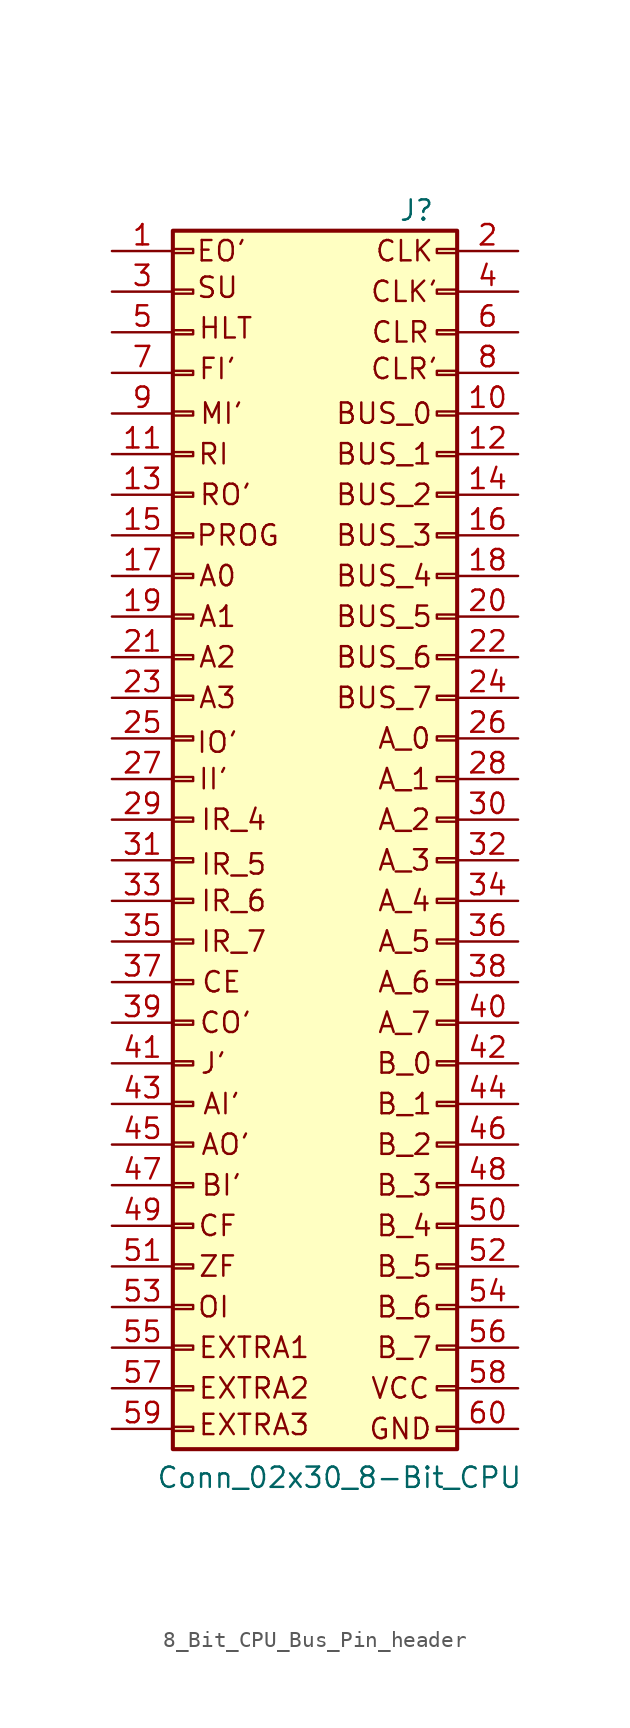
<source format=kicad_sym>
(kicad_symbol_lib
  (version 20231120)
  (generator "kicad_symbol_editor")
  (generator_version "8.0")
  (symbol "8_Bit_CPU_Bus_Pin_header"
    (pin_names
      (offset 1.016) hide)
    (property "Reference" "J"
      (at 7.62 38.1 0)
      (effects (font (size 1.27 1.27))))
    (property "Value" "Conn_02x30_8-Bit_CPU "
      (at 2.794 -41.148 0)
      (effects (font (size 1.27 1.27))))
    (symbol "8_Bit_CPU_Bus_Pin_header_1_1"
      (rectangle (start -7.62 -37.973) (end -6.35 -38.227) (stroke (width 0.152) (type default)) (fill (type none)))
      (rectangle (start -7.62 -35.433) (end -6.35 -35.687) (stroke (width 0.152) (type default)) (fill (type none)))
      (rectangle (start -7.62 -32.893) (end -6.35 -33.147) (stroke (width 0.152) (type default)) (fill (type none)))
      (rectangle (start -7.62 -30.353) (end -6.35 -30.607) (stroke (width 0.152) (type default)) (fill (type none)))
      (rectangle (start -7.62 -27.813) (end -6.35 -28.067) (stroke (width 0.152) (type default)) (fill (type none)))
      (rectangle (start -7.62 -25.273) (end -6.35 -25.527) (stroke (width 0.152) (type default)) (fill (type none)))
      (rectangle (start -7.62 -22.733) (end -6.35 -22.987) (stroke (width 0.152) (type default)) (fill (type none)))
      (rectangle (start -7.62 -20.193) (end -6.35 -20.447) (stroke (width 0.152) (type default)) (fill (type none)))
      (rectangle (start -7.62 -17.653) (end -6.35 -17.907) (stroke (width 0.152) (type default)) (fill (type none)))
      (rectangle (start -7.62 -15.113) (end -6.35 -15.367) (stroke (width 0.152) (type default)) (fill (type none)))
      (rectangle (start -7.62 -12.573) (end -6.35 -12.827) (stroke (width 0.152) (type default)) (fill (type none)))
      (rectangle (start -7.62 -10.033) (end -6.35 -10.287) (stroke (width 0.152) (type default)) (fill (type none)))
      (rectangle (start -7.62 -7.493) (end -6.35 -7.747) (stroke (width 0.152) (type default)) (fill (type none)))
      (rectangle (start -7.62 -4.953) (end -6.35 -5.207) (stroke (width 0.152) (type default)) (fill (type none)))
      (rectangle (start -7.62 -2.413) (end -6.35 -2.667) (stroke (width 0.152) (type default)) (fill (type none)))
      (rectangle (start -7.62 0.127) (end -6.35 -0.127) (stroke (width 0.152) (type default)) (fill (type none)))
      (rectangle (start -7.62 2.667) (end -6.35 2.413) (stroke (width 0.152) (type default)) (fill (type none)))
      (rectangle (start -7.62 5.207) (end -6.35 4.953) (stroke (width 0.152) (type default)) (fill (type none)))
      (rectangle (start -7.62 7.747) (end -6.35 7.493) (stroke (width 0.152) (type default)) (fill (type none)))
      (rectangle (start -7.62 10.287) (end -6.35 10.033) (stroke (width 0.152) (type default)) (fill (type none)))
      (rectangle (start -7.62 12.827) (end -6.35 12.573) (stroke (width 0.152) (type default)) (fill (type none)))
      (rectangle (start -7.62 15.367) (end -6.35 15.113) (stroke (width 0.152) (type default)) (fill (type none)))
      (rectangle (start -7.62 17.907) (end -6.35 17.653) (stroke (width 0.152) (type default)) (fill (type none)))
      (rectangle (start -7.62 20.447) (end -6.35 20.193) (stroke (width 0.152) (type default)) (fill (type none)))
      (rectangle (start -7.62 22.987) (end -6.35 22.733) (stroke (width 0.152) (type default)) (fill (type none)))
      (rectangle (start -7.62 25.527) (end -6.35 25.273) (stroke (width 0.152) (type default)) (fill (type none)))
      (rectangle (start -7.62 28.067) (end -6.35 27.813) (stroke (width 0.152) (type default)) (fill (type none)))
      (rectangle (start -7.62 30.607) (end -6.35 30.353) (stroke (width 0.152) (type default)) (fill (type none)))
      (rectangle (start -7.62 33.147) (end -6.35 32.893) (stroke (width 0.152) (type default)) (fill (type none)))
      (rectangle (start -7.62 35.687) (end -6.35 35.433) (stroke (width 0.152) (type default)) (fill (type none)))
      (rectangle (start -7.62 36.83) (end 10.16 -39.37) (stroke (width 0.254) (type default)) (fill (type background)))
      (rectangle (start 10.16 -37.973) (end 8.89 -38.227) (stroke (width 0.152) (type default)) (fill (type none)))
      (rectangle (start 10.16 -35.433) (end 8.89 -35.687) (stroke (width 0.152) (type default)) (fill (type none)))
      (rectangle (start 10.16 -32.893) (end 8.89 -33.147) (stroke (width 0.152) (type default)) (fill (type none)))
      (rectangle (start 10.16 -30.353) (end 8.89 -30.607) (stroke (width 0.152) (type default)) (fill (type none)))
      (rectangle (start 10.16 -27.813) (end 8.89 -28.067) (stroke (width 0.152) (type default)) (fill (type none)))
      (rectangle (start 10.16 -25.273) (end 8.89 -25.527) (stroke (width 0.152) (type default)) (fill (type none)))
      (rectangle (start 10.16 -22.733) (end 8.89 -22.987) (stroke (width 0.152) (type default)) (fill (type none)))
      (rectangle (start 10.16 -20.193) (end 8.89 -20.447) (stroke (width 0.152) (type default)) (fill (type none)))
      (rectangle (start 10.16 -17.653) (end 8.89 -17.907) (stroke (width 0.152) (type default)) (fill (type none)))
      (rectangle (start 10.16 -15.113) (end 8.89 -15.367) (stroke (width 0.152) (type default)) (fill (type none)))
      (rectangle (start 10.16 -12.573) (end 8.89 -12.827) (stroke (width 0.152) (type default)) (fill (type none)))
      (rectangle (start 10.16 -10.033) (end 8.89 -10.287) (stroke (width 0.152) (type default)) (fill (type none)))
      (rectangle (start 10.16 -7.493) (end 8.89 -7.747) (stroke (width 0.152) (type default)) (fill (type none)))
      (rectangle (start 10.16 -4.953) (end 8.89 -5.207) (stroke (width 0.152) (type default)) (fill (type none)))
      (rectangle (start 10.16 -2.413) (end 8.89 -2.667) (stroke (width 0.152) (type default)) (fill (type none)))
      (rectangle (start 10.16 0.127) (end 8.89 -0.127) (stroke (width 0.152) (type default)) (fill (type none)))
      (rectangle (start 10.16 2.667) (end 8.89 2.413) (stroke (width 0.152) (type default)) (fill (type none)))
      (rectangle (start 10.16 5.207) (end 8.89 4.953) (stroke (width 0.152) (type default)) (fill (type none)))
      (rectangle (start 10.16 7.747) (end 8.89 7.493) (stroke (width 0.152) (type default)) (fill (type none)))
      (rectangle (start 10.16 10.287) (end 8.89 10.033) (stroke (width 0.152) (type default)) (fill (type none)))
      (rectangle (start 10.16 12.827) (end 8.89 12.573) (stroke (width 0.152) (type default)) (fill (type none)))
      (rectangle (start 10.16 15.367) (end 8.89 15.113) (stroke (width 0.152) (type default)) (fill (type none)))
      (rectangle (start 10.16 17.907) (end 8.89 17.653) (stroke (width 0.152) (type default)) (fill (type none)))
      (rectangle (start 10.16 20.447) (end 8.89 20.193) (stroke (width 0.152) (type default)) (fill (type none)))
      (rectangle (start 10.16 22.987) (end 8.89 22.733) (stroke (width 0.152) (type default)) (fill (type none)))
      (rectangle (start 10.16 25.527) (end 8.89 25.273) (stroke (width 0.152) (type default)) (fill (type none)))
      (rectangle (start 10.16 28.067) (end 8.89 27.813) (stroke (width 0.152) (type default)) (fill (type none)))
      (rectangle (start 10.16 30.607) (end 8.89 30.353) (stroke (width 0.152) (type default)) (fill (type none)))
      (rectangle (start 10.16 33.147) (end 8.89 32.893) (stroke (width 0.152) (type default)) (fill (type none)))
      (rectangle (start 10.16 35.687) (end 8.89 35.433) (stroke (width 0.152) (type default)) (fill (type none)))
      (text "A0" (at -4.826 15.24 0) (effects (font (size 1.27 1.27))))
      (text "A1" (at -4.826 12.7 0) (effects (font (size 1.27 1.27))))
      (text "A2" (at -4.826 10.16 0) (effects (font (size 1.27 1.27))))
      (text "A3" (at -4.826 7.62 0) (effects (font (size 1.27 1.27))))
      (text "A_0" (at 6.858 5.08 0) (effects (font (size 1.27 1.27))))
      (text "A_1" (at 6.858 2.54 0) (effects (font (size 1.27 1.27))))
      (text "A_2" (at 6.858 0 0) (effects (font (size 1.27 1.27))))
      (text "A_3" (at 6.858 -2.54 0) (effects (font (size 1.27 1.27))))
      (text "A_4" (at 6.858 -5.08 0) (effects (font (size 1.27 1.27))))
      (text "A_5" (at 6.858 -7.62 0) (effects (font (size 1.27 1.27))))
      (text "A_6" (at 6.858 -10.16 0) (effects (font (size 1.27 1.27))))
      (text "A_7" (at 6.858 -12.7 0) (effects (font (size 1.27 1.27))))
      (text "AI'" (at -4.572 -17.78 0) (effects (font (size 1.27 1.27))))
      (text "AO'" (at -4.318 -20.32 0) (effects (font (size 1.27 1.27))))
      (text "B_0" (at 6.858 -15.24 0) (effects (font (size 1.27 1.27))))
      (text "B_1" (at 6.858 -17.78 0) (effects (font (size 1.27 1.27))))
      (text "B_2" (at 6.858 -20.32 0) (effects (font (size 1.27 1.27))))
      (text "B_3" (at 6.858 -22.86 0) (effects (font (size 1.27 1.27))))
      (text "B_4" (at 6.858 -25.4 0) (effects (font (size 1.27 1.27))))
      (text "B_5" (at 6.858 -27.94 0) (effects (font (size 1.27 1.27))))
      (text "B_6" (at 6.858 -30.48 0) (effects (font (size 1.27 1.27))))
      (text "B_7" (at 6.858 -33.02 0) (effects (font (size 1.27 1.27))))
      (text "BI'" (at -4.572 -22.86 0) (effects (font (size 1.27 1.27))))
      (text "BUS_0" (at 5.588 25.4 0) (effects (font (size 1.27 1.27))))
      (text "BUS_1" (at 5.588 22.86 0) (effects (font (size 1.27 1.27))))
      (text "BUS_2" (at 5.588 20.32 0) (effects (font (size 1.27 1.27))))
      (text "BUS_3" (at 5.588 17.78 0) (effects (font (size 1.27 1.27))))
      (text "BUS_4" (at 5.588 15.24 0) (effects (font (size 1.27 1.27))))
      (text "BUS_5" (at 5.588 12.7 0) (effects (font (size 1.27 1.27))))
      (text "BUS_6" (at 5.588 10.16 0) (effects (font (size 1.27 1.27))))
      (text "BUS_7" (at 5.588 7.62 0) (effects (font (size 1.27 1.27))))
      (text "CE" (at -4.572 -10.16 0) (effects (font (size 1.27 1.27))))
      (text "CF" (at -4.826 -25.4 0) (effects (font (size 1.27 1.27))))
      (text "CLK" (at 6.858 35.56 0) (effects (font (size 1.27 1.27))))
      (text "CLK'" (at 6.858 33.02 0) (effects (font (size 1.27 1.27))))
      (text "CLR" (at 6.604 30.48 0) (effects (font (size 1.27 1.27))))
      (text "CLR'" (at 6.858 28.194 0) (effects (font (size 1.27 1.27))))
      (text "CO'" (at -4.318 -12.7 0) (effects (font (size 1.27 1.27))))
      (text "EO'" (at -4.572 35.56 0) (effects (font (size 1.27 1.27))))
      (text "EXTRA1" (at -2.54 -33.02 0) (effects (font (size 1.27 1.27))))
      (text "EXTRA2" (at -2.54 -35.56 0) (effects (font (size 1.27 1.27))))
      (text "EXTRA3" (at -2.54 -37.846 0) (effects (font (size 1.27 1.27))))
      (text "FI'" (at -4.826 28.194 0) (effects (font (size 1.27 1.27))))
      (text "GND" (at 6.604 -38.1 0) (effects (font (size 1.27 1.27))))
      (text "HLT" (at -4.318 30.734 0) (effects (font (size 1.27 1.27))))
      (text "II'" (at -5.08 2.54 0) (effects (font (size 1.27 1.27))))
      (text "IO'" (at -4.826 4.826 0) (effects (font (size 1.27 1.27))))
      (text "IR_4" (at -3.81 0 0) (effects (font (size 1.27 1.27))))
      (text "IR_5" (at -3.81 -2.794 0) (effects (font (size 1.27 1.27))))
      (text "IR_6" (at -3.81 -5.08 0) (effects (font (size 1.27 1.27))))
      (text "IR_7" (at -3.81 -7.62 0) (effects (font (size 1.27 1.27))))
      (text "J'" (at -5.08 -15.24 0) (effects (font (size 1.27 1.27))))
      (text "MI'" (at -4.572 25.4 0) (effects (font (size 1.27 1.27))))
      (text "OI" (at -5.08 -30.48 0) (effects (font (size 1.27 1.27))))
      (text "PROG" (at -3.556 17.78 0) (effects (font (size 1.27 1.27))))
      (text "RI" (at -5.08 22.86 0) (effects (font (size 1.27 1.27))))
      (text "RO'" (at -4.318 20.32 0) (effects (font (size 1.27 1.27))))
      (text "SU" (at -4.826 33.274 0) (effects (font (size 1.27 1.27))))
      (text "VCC" (at 6.604 -35.56 0) (effects (font (size 1.27 1.27))))
      (text "ZF" (at -4.826 -27.94 0) (effects (font (size 1.27 1.27))))
      (pin passive line (at -11.43 35.56 0) (length 3.81) (name "Pin_1" (effects (font (size 1.27 1.27)))) (number "1" (effects (font (size 1.27 1.27)))))
      (pin passive line (at 13.97 25.4 180) (length 3.81) (name "Pin_10" (effects (font (size 1.27 1.27)))) (number "10" (effects (font (size 1.27 1.27)))))
      (pin passive line (at -11.43 22.86 0) (length 3.81) (name "Pin_11" (effects (font (size 1.27 1.27)))) (number "11" (effects (font (size 1.27 1.27)))))
      (pin passive line (at 13.97 22.86 180) (length 3.81) (name "Pin_12" (effects (font (size 1.27 1.27)))) (number "12" (effects (font (size 1.27 1.27)))))
      (pin passive line (at -11.43 20.32 0) (length 3.81) (name "Pin_13" (effects (font (size 1.27 1.27)))) (number "13" (effects (font (size 1.27 1.27)))))
      (pin passive line (at 13.97 20.32 180) (length 3.81) (name "Pin_14" (effects (font (size 1.27 1.27)))) (number "14" (effects (font (size 1.27 1.27)))))
      (pin passive line (at -11.43 17.78 0) (length 3.81) (name "Pin_15" (effects (font (size 1.27 1.27)))) (number "15" (effects (font (size 1.27 1.27)))))
      (pin passive line (at 13.97 17.78 180) (length 3.81) (name "Pin_16" (effects (font (size 1.27 1.27)))) (number "16" (effects (font (size 1.27 1.27)))))
      (pin passive line (at -11.43 15.24 0) (length 3.81) (name "Pin_17" (effects (font (size 1.27 1.27)))) (number "17" (effects (font (size 1.27 1.27)))))
      (pin passive line (at 13.97 15.24 180) (length 3.81) (name "Pin_18" (effects (font (size 1.27 1.27)))) (number "18" (effects (font (size 1.27 1.27)))))
      (pin passive line (at -11.43 12.7 0) (length 3.81) (name "Pin_19" (effects (font (size 1.27 1.27)))) (number "19" (effects (font (size 1.27 1.27)))))
      (pin passive line (at 13.97 35.56 180) (length 3.81) (name "Pin_2" (effects (font (size 1.27 1.27)))) (number "2" (effects (font (size 1.27 1.27)))))
      (pin passive line (at 13.97 12.7 180) (length 3.81) (name "Pin_20" (effects (font (size 1.27 1.27)))) (number "20" (effects (font (size 1.27 1.27)))))
      (pin passive line (at -11.43 10.16 0) (length 3.81) (name "Pin_21" (effects (font (size 1.27 1.27)))) (number "21" (effects (font (size 1.27 1.27)))))
      (pin passive line (at 13.97 10.16 180) (length 3.81) (name "Pin_22" (effects (font (size 1.27 1.27)))) (number "22" (effects (font (size 1.27 1.27)))))
      (pin passive line (at -11.43 7.62 0) (length 3.81) (name "Pin_23" (effects (font (size 1.27 1.27)))) (number "23" (effects (font (size 1.27 1.27)))))
      (pin passive line (at 13.97 7.62 180) (length 3.81) (name "Pin_24" (effects (font (size 1.27 1.27)))) (number "24" (effects (font (size 1.27 1.27)))))
      (pin passive line (at -11.43 5.08 0) (length 3.81) (name "Pin_25" (effects (font (size 1.27 1.27)))) (number "25" (effects (font (size 1.27 1.27)))))
      (pin passive line (at 13.97 5.08 180) (length 3.81) (name "Pin_26" (effects (font (size 1.27 1.27)))) (number "26" (effects (font (size 1.27 1.27)))))
      (pin passive line (at -11.43 2.54 0) (length 3.81) (name "Pin_27" (effects (font (size 1.27 1.27)))) (number "27" (effects (font (size 1.27 1.27)))))
      (pin passive line (at 13.97 2.54 180) (length 3.81) (name "Pin_28" (effects (font (size 1.27 1.27)))) (number "28" (effects (font (size 1.27 1.27)))))
      (pin passive line (at -11.43 0 0) (length 3.81) (name "Pin_29" (effects (font (size 1.27 1.27)))) (number "29" (effects (font (size 1.27 1.27)))))
      (pin passive line (at -11.43 33.02 0) (length 3.81) (name "Pin_3" (effects (font (size 1.27 1.27)))) (number "3" (effects (font (size 1.27 1.27)))))
      (pin passive line (at 13.97 0 180) (length 3.81) (name "Pin_30" (effects (font (size 1.27 1.27)))) (number "30" (effects (font (size 1.27 1.27)))))
      (pin passive line (at -11.43 -2.54 0) (length 3.81) (name "Pin_31" (effects (font (size 1.27 1.27)))) (number "31" (effects (font (size 1.27 1.27)))))
      (pin passive line (at 13.97 -2.54 180) (length 3.81) (name "Pin_32" (effects (font (size 1.27 1.27)))) (number "32" (effects (font (size 1.27 1.27)))))
      (pin passive line (at -11.43 -5.08 0) (length 3.81) (name "Pin_33" (effects (font (size 1.27 1.27)))) (number "33" (effects (font (size 1.27 1.27)))))
      (pin passive line (at 13.97 -5.08 180) (length 3.81) (name "Pin_34" (effects (font (size 1.27 1.27)))) (number "34" (effects (font (size 1.27 1.27)))))
      (pin passive line (at -11.43 -7.62 0) (length 3.81) (name "Pin_35" (effects (font (size 1.27 1.27)))) (number "35" (effects (font (size 1.27 1.27)))))
      (pin passive line (at 13.97 -7.62 180) (length 3.81) (name "Pin_36" (effects (font (size 1.27 1.27)))) (number "36" (effects (font (size 1.27 1.27)))))
      (pin passive line (at -11.43 -10.16 0) (length 3.81) (name "Pin_37" (effects (font (size 1.27 1.27)))) (number "37" (effects (font (size 1.27 1.27)))))
      (pin passive line (at 13.97 -10.16 180) (length 3.81) (name "Pin_38" (effects (font (size 1.27 1.27)))) (number "38" (effects (font (size 1.27 1.27)))))
      (pin passive line (at -11.43 -12.7 0) (length 3.81) (name "Pin_39" (effects (font (size 1.27 1.27)))) (number "39" (effects (font (size 1.27 1.27)))))
      (pin passive line (at 13.97 33.02 180) (length 3.81) (name "Pin_4" (effects (font (size 1.27 1.27)))) (number "4" (effects (font (size 1.27 1.27)))))
      (pin passive line (at 13.97 -12.7 180) (length 3.81) (name "Pin_40" (effects (font (size 1.27 1.27)))) (number "40" (effects (font (size 1.27 1.27)))))
      (pin passive line (at -11.43 -15.24 0) (length 3.81) (name "Pin_41" (effects (font (size 1.27 1.27)))) (number "41" (effects (font (size 1.27 1.27)))))
      (pin passive line (at 13.97 -15.24 180) (length 3.81) (name "Pin_42" (effects (font (size 1.27 1.27)))) (number "42" (effects (font (size 1.27 1.27)))))
      (pin passive line (at -11.43 -17.78 0) (length 3.81) (name "Pin_43" (effects (font (size 1.27 1.27)))) (number "43" (effects (font (size 1.27 1.27)))))
      (pin passive line (at 13.97 -17.78 180) (length 3.81) (name "Pin_44" (effects (font (size 1.27 1.27)))) (number "44" (effects (font (size 1.27 1.27)))))
      (pin passive line (at -11.43 -20.32 0) (length 3.81) (name "Pin_45" (effects (font (size 1.27 1.27)))) (number "45" (effects (font (size 1.27 1.27)))))
      (pin passive line (at 13.97 -20.32 180) (length 3.81) (name "Pin_46" (effects (font (size 1.27 1.27)))) (number "46" (effects (font (size 1.27 1.27)))))
      (pin passive line (at -11.43 -22.86 0) (length 3.81) (name "Pin_47" (effects (font (size 1.27 1.27)))) (number "47" (effects (font (size 1.27 1.27)))))
      (pin passive line (at 13.97 -22.86 180) (length 3.81) (name "Pin_48" (effects (font (size 1.27 1.27)))) (number "48" (effects (font (size 1.27 1.27)))))
      (pin passive line (at -11.43 -25.4 0) (length 3.81) (name "Pin_49" (effects (font (size 1.27 1.27)))) (number "49" (effects (font (size 1.27 1.27)))))
      (pin passive line (at -11.43 30.48 0) (length 3.81) (name "Pin_5" (effects (font (size 1.27 1.27)))) (number "5" (effects (font (size 1.27 1.27)))))
      (pin passive line (at 13.97 -25.4 180) (length 3.81) (name "Pin_50" (effects (font (size 1.27 1.27)))) (number "50" (effects (font (size 1.27 1.27)))))
      (pin passive line (at -11.43 -27.94 0) (length 3.81) (name "Pin_51" (effects (font (size 1.27 1.27)))) (number "51" (effects (font (size 1.27 1.27)))))
      (pin passive line (at 13.97 -27.94 180) (length 3.81) (name "Pin_52" (effects (font (size 1.27 1.27)))) (number "52" (effects (font (size 1.27 1.27)))))
      (pin passive line (at -11.43 -30.48 0) (length 3.81) (name "Pin_53" (effects (font (size 1.27 1.27)))) (number "53" (effects (font (size 1.27 1.27)))))
      (pin passive line (at 13.97 -30.48 180) (length 3.81) (name "Pin_54" (effects (font (size 1.27 1.27)))) (number "54" (effects (font (size 1.27 1.27)))))
      (pin passive line (at -11.43 -33.02 0) (length 3.81) (name "Pin_55" (effects (font (size 1.27 1.27)))) (number "55" (effects (font (size 1.27 1.27)))))
      (pin passive line (at 13.97 -33.02 180) (length 3.81) (name "Pin_56" (effects (font (size 1.27 1.27)))) (number "56" (effects (font (size 1.27 1.27)))))
      (pin passive line (at -11.43 -35.56 0) (length 3.81) (name "Pin_57" (effects (font (size 1.27 1.27)))) (number "57" (effects (font (size 1.27 1.27)))))
      (pin passive line (at 13.97 -35.56 180) (length 3.81) (name "Pin_58" (effects (font (size 1.27 1.27)))) (number "58" (effects (font (size 1.27 1.27)))))
      (pin passive line (at -11.43 -38.1 0) (length 3.81) (name "Pin_59" (effects (font (size 1.27 1.27)))) (number "59" (effects (font (size 1.27 1.27)))))
      (pin passive line (at 13.97 30.48 180) (length 3.81) (name "Pin_6" (effects (font (size 1.27 1.27)))) (number "6" (effects (font (size 1.27 1.27)))))
      (pin passive line (at 13.97 -38.1 180) (length 3.81) (name "Pin_60" (effects (font (size 1.27 1.27)))) (number "60" (effects (font (size 1.27 1.27)))))
      (pin passive line (at -11.43 27.94 0) (length 3.81) (name "Pin_7" (effects (font (size 1.27 1.27)))) (number "7" (effects (font (size 1.27 1.27)))))
      (pin passive line (at 13.97 27.94 180) (length 3.81) (name "Pin_8" (effects (font (size 1.27 1.27)))) (number "8" (effects (font (size 1.27 1.27)))))
      (pin passive line (at -11.43 25.4 0) (length 3.81) (name "Pin_9" (effects (font (size 1.27 1.27)))) (number "9" (effects (font (size 1.27 1.27))))))))
</source>
